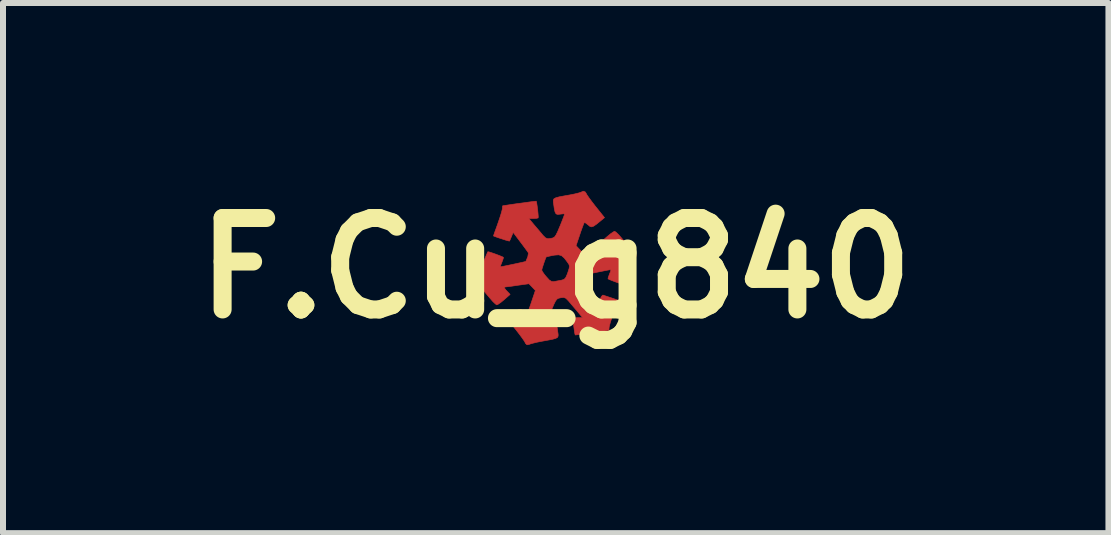
<source format=kicad_pcb>
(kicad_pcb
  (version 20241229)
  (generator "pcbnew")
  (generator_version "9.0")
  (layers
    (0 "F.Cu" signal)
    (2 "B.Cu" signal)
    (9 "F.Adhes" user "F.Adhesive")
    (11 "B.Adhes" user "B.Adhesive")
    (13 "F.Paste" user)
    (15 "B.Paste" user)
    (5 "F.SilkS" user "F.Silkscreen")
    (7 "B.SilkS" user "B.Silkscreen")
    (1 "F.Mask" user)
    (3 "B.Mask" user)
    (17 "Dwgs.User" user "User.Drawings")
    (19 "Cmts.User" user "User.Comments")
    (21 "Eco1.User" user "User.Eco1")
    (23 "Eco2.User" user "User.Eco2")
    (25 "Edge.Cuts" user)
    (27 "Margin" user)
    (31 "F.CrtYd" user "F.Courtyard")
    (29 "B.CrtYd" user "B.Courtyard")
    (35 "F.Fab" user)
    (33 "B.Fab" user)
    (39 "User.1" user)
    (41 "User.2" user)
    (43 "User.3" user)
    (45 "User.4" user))
  (footprint "F.Cu_g840"
    (layer "F.Cu")
    (at 6.212 1.418)
    (property "Reference" "F.Cu_g840" (at 0 0 0) (layer "F.SilkS") (effects (font (size 1.524 1.524) (thickness 0.3))))
    (attr through_hole)
    (fp_poly (pts (xy 0.492 -1.269) (xy 0.508 -1.244) (xy 0.521 -1.22) (xy 0.555 -1.171) (xy 0.605 -1.103) (xy 0.66 -1.032) (xy 0.813 -0.841) (xy 0.75 -0.789) (xy 0.679 -0.731) (xy 0.631 -0.698) (xy 0.597 -0.687) (xy 0.571 -0.694) (xy 0.542 -0.718) (xy 0.539 -0.72) (xy 0.501 -0.75) (xy 0.477 -0.759) (xy 0.476 -0.758) (xy 0.465 -0.735) (xy 0.444 -0.68) (xy 0.417 -0.605) (xy 0.402 -0.56) (xy 0.339 -0.373) (xy 0.392 -0.317) (xy 0.446 -0.261) (xy 0.641 -0.288) (xy 0.728 -0.301) (xy 0.8 -0.31) (xy 0.846 -0.316) (xy 0.856 -0.317) (xy 0.856 -0.33) (xy 0.831 -0.364) (xy 0.818 -0.378) (xy 0.76 -0.439) (xy 0.859 -0.526) (xy 0.915 -0.572) (xy 0.96 -0.603) (xy 0.982 -0.613) (xy 1.006 -0.597) (xy 1.048 -0.557) (xy 1.096 -0.502) (xy 1.16 -0.426) (xy 1.229 -0.346) (xy 1.272 -0.299) (xy 1.319 -0.246) (xy 1.339 -0.212) (xy 1.338 -0.188) (xy 1.327 -0.172) (xy 1.307 -0.138) (xy 1.277 -0.075) (xy 1.241 0.007) (xy 1.218 0.064) (xy 1.185 0.148) (xy 1.156 0.217) (xy 1.137 0.261) (xy 1.131 0.273) (xy 1.11 0.269) (xy 1.063 0.254) (xy 1.003 0.233) (xy 0.942 0.21) (xy 0.893 0.19) (xy 0.872 0.179) (xy 0.875 0.158) (xy 0.891 0.113) (xy 0.897 0.097) (xy 0.917 0.048) (xy 0.917 0.029) (xy 0.896 0.028) (xy 0.883 0.031) (xy 0.84 0.039) (xy 0.77 0.053) (xy 0.685 0.07) (xy 0.668 0.074) (xy 0.59 0.089) (xy 0.531 0.102) (xy 0.5 0.11) (xy 0.498 0.111) (xy 0.484 0.143) (xy 0.465 0.188) (xy 0.45 0.226) (xy 0.445 0.241) (xy 0.457 0.259) (xy 0.49 0.303) (xy 0.538 0.366) (xy 0.58 0.421) (xy 0.716 0.594) (xy 0.741 0.518) (xy 0.763 0.471) (xy 0.785 0.45) (xy 0.791 0.451) (xy 0.823 0.462) (xy 0.881 0.481) (xy 0.926 0.496) (xy 0.987 0.517) (xy 1.027 0.531) (xy 1.037 0.536) (xy 1.031 0.556) (xy 1.013 0.608) (xy 0.986 0.682) (xy 0.963 0.747) (xy 0.932 0.838) (xy 0.907 0.917) (xy 0.892 0.975) (xy 0.889 0.996) (xy 0.887 1.03) (xy 0.884 1.038) (xy 0.853 1.043) (xy 0.793 1.052) (xy 0.713 1.064) (xy 0.621 1.077) (xy 0.528 1.089) (xy 0.443 1.101) (xy 0.375 1.11) (xy 0.333 1.114) (xy 0.325 1.115) (xy 0.318 1.09) (xy 0.31 1.039) (xy 0.301 0.973) (xy 0.295 0.909) (xy 0.291 0.858) (xy 0.293 0.836) (xy 0.319 0.829) (xy 0.369 0.826) (xy 0.376 0.826) (xy 0.448 0.826) (xy 0.357 0.717) (xy 0.299 0.649) (xy 0.244 0.584) (xy 0.21 0.544) (xy 0.169 0.503) (xy 0.13 0.489) (xy 0.082 0.495) (xy 0.046 0.503) (xy 0.019 0.519) (xy -0.004 0.551) (xy -0.031 0.605) (xy -0.067 0.69) (xy -0.071 0.698) (xy -0.104 0.781) (xy -0.13 0.848) (xy -0.145 0.89) (xy -0.148 0.9) (xy -0.13 0.905) (xy -0.085 0.9) (xy -0.077 0.899) (xy -0.034 0.894) (xy -0.006 0.903) (xy 0.012 0.936) (xy 0.025 0.997) (xy 0.033 1.056) (xy 0.04 1.102) (xy 0.04 1.134) (xy 0.028 1.157) (xy -0.003 1.173) (xy -0.059 1.188) (xy -0.145 1.204) (xy -0.222 1.218) (xy -0.309 1.235) (xy -0.38 1.252) (xy -0.425 1.265) (xy -0.434 1.269) (xy -0.471 1.278) (xy -0.482 1.276) (xy -0.506 1.253) (xy -0.508 1.245) (xy -0.521 1.22) (xy -0.555 1.171) (xy -0.605 1.103) (xy -0.66 1.032) (xy -0.813 0.841) (xy -0.75 0.789) (xy -0.679 0.731) (xy -0.631 0.698) (xy -0.597 0.687) (xy -0.571 0.694) (xy -0.542 0.718) (xy -0.539 0.72) (xy -0.501 0.75) (xy -0.477 0.759) (xy -0.476 0.758) (xy -0.465 0.735) (xy -0.444 0.68) (xy -0.417 0.605) (xy -0.402 0.56) (xy -0.339 0.373) (xy -0.392 0.317) (xy -0.446 0.261) (xy -0.641 0.288) (xy -0.728 0.301) (xy -0.8 0.31) (xy -0.846 0.316) (xy -0.856 0.317) (xy -0.856 0.33) (xy -0.831 0.364) (xy -0.818 0.378) (xy -0.76 0.439) (xy -0.859 0.526) (xy -0.915 0.572) (xy -0.96 0.603) (xy -0.982 0.613) (xy -1.006 0.597) (xy -1.048 0.557) (xy -1.096 0.502) (xy -1.16 0.426) (xy -1.229 0.346) (xy -1.272 0.299) (xy -1.319 0.246) (xy -1.339 0.212) (xy -1.338 0.188) (xy -1.327 0.172) (xy -1.307 0.138) (xy -1.277 0.075) (xy -1.259 0.034) (xy -0.233 0.034) (xy -0.22 0.061) (xy -0.187 0.108) (xy -0.156 0.145) (xy -0.108 0.198) (xy -0.071 0.222) (xy -0.034 0.226) (xy -0.019 0.223) (xy 0.051 0.21) (xy 0.103 0.2) (xy 0.141 0.187) (xy 0.168 0.156) (xy 0.193 0.099) (xy 0.201 0.076) (xy 0.222 0.011) (xy 0.229 -0.03) (xy 0.221 -0.06) (xy 0.197 -0.096) (xy 0.196 -0.098) (xy 0.142 -0.168) (xy 0.097 -0.207) (xy 0.048 -0.221) (xy -0.017 -0.216) (xy -0.043 -0.212) (xy -0.105 -0.199) (xy -0.148 -0.189) (xy -0.159 -0.185) (xy -0.172 -0.155) (xy -0.191 -0.103) (xy -0.211 -0.043) (xy -0.227 0.008) (xy -0.233 0.034) (xy -1.259 0.034) (xy -1.241 -0.007) (xy -1.218 -0.064) (xy -1.185 -0.148) (xy -1.156 -0.217) (xy -1.137 -0.261) (xy -1.131 -0.273) (xy -1.11 -0.269) (xy -1.063 -0.254) (xy -1.003 -0.233) (xy -0.942 -0.21) (xy -0.893 -0.19) (xy -0.872 -0.179) (xy -0.875 -0.158) (xy -0.891 -0.113) (xy -0.897 -0.098) (xy -0.916 -0.049) (xy -0.923 -0.023) (xy -0.922 -0.021) (xy -0.897 -0.025) (xy -0.842 -0.036) (xy -0.769 -0.051) (xy -0.688 -0.068) (xy -0.61 -0.085) (xy -0.546 -0.099) (xy -0.506 -0.109) (xy -0.498 -0.111) (xy -0.465 -0.19) (xy -0.456 -0.245) (xy -0.46 -0.261) (xy -0.48 -0.289) (xy -0.518 -0.341) (xy -0.568 -0.408) (xy -0.593 -0.441) (xy -0.709 -0.595) (xy -0.738 -0.525) (xy -0.758 -0.477) (xy -0.77 -0.451) (xy -0.771 -0.45) (xy -0.791 -0.454) (xy -0.838 -0.467) (xy -0.899 -0.487) (xy -0.961 -0.507) (xy -1.011 -0.525) (xy -1.036 -0.535) (xy -1.037 -0.536) (xy -1.031 -0.556) (xy -1.013 -0.608) (xy -0.986 -0.682) (xy -0.963 -0.747) (xy -0.932 -0.838) (xy -0.907 -0.917) (xy -0.892 -0.975) (xy -0.889 -0.996) (xy -0.887 -1.03) (xy -0.884 -1.038) (xy -0.853 -1.043) (xy -0.793 -1.052) (xy -0.713 -1.064) (xy -0.621 -1.077) (xy -0.528 -1.089) (xy -0.443 -1.101) (xy -0.375 -1.11) (xy -0.333 -1.114) (xy -0.325 -1.115) (xy -0.318 -1.09) (xy -0.31 -1.039) (xy -0.301 -0.973) (xy -0.295 -0.909) (xy -0.291 -0.858) (xy -0.293 -0.836) (xy -0.319 -0.829) (xy -0.369 -0.826) (xy -0.376 -0.826) (xy -0.448 -0.826) (xy -0.357 -0.717) (xy -0.299 -0.649) (xy -0.244 -0.584) (xy -0.211 -0.544) (xy -0.169 -0.503) (xy -0.13 -0.489) (xy -0.082 -0.495) (xy -0.046 -0.503) (xy -0.019 -0.519) (xy 0.004 -0.551) (xy 0.031 -0.605) (xy 0.067 -0.69) (xy 0.071 -0.698) (xy 0.104 -0.781) (xy 0.13 -0.848) (xy 0.145 -0.89) (xy 0.148 -0.9) (xy 0.13 -0.905) (xy 0.085 -0.9) (xy 0.077 -0.899) (xy 0.034 -0.894) (xy 0.006 -0.903) (xy -0.012 -0.936) (xy -0.025 -0.997) (xy -0.033 -1.056) (xy -0.04 -1.102) (xy -0.04 -1.134) (xy -0.028 -1.156) (xy 0.002 -1.172) (xy 0.057 -1.187) (xy 0.142 -1.203) (xy 0.228 -1.218) (xy 0.314 -1.235) (xy 0.383 -1.252) (xy 0.426 -1.266) (xy 0.435 -1.271) (xy 0.46 -1.281) (xy 0.492 -1.269)) (stroke (width 0.01) (type solid)) (fill yes) (layer "F.Cu")))
  (gr_rect
    (start -3 -3)
    (end 15.424 5.836)
    (stroke (width 0.1) (type default))
    (fill no)
    (layer "Edge.Cuts")))
</source>
